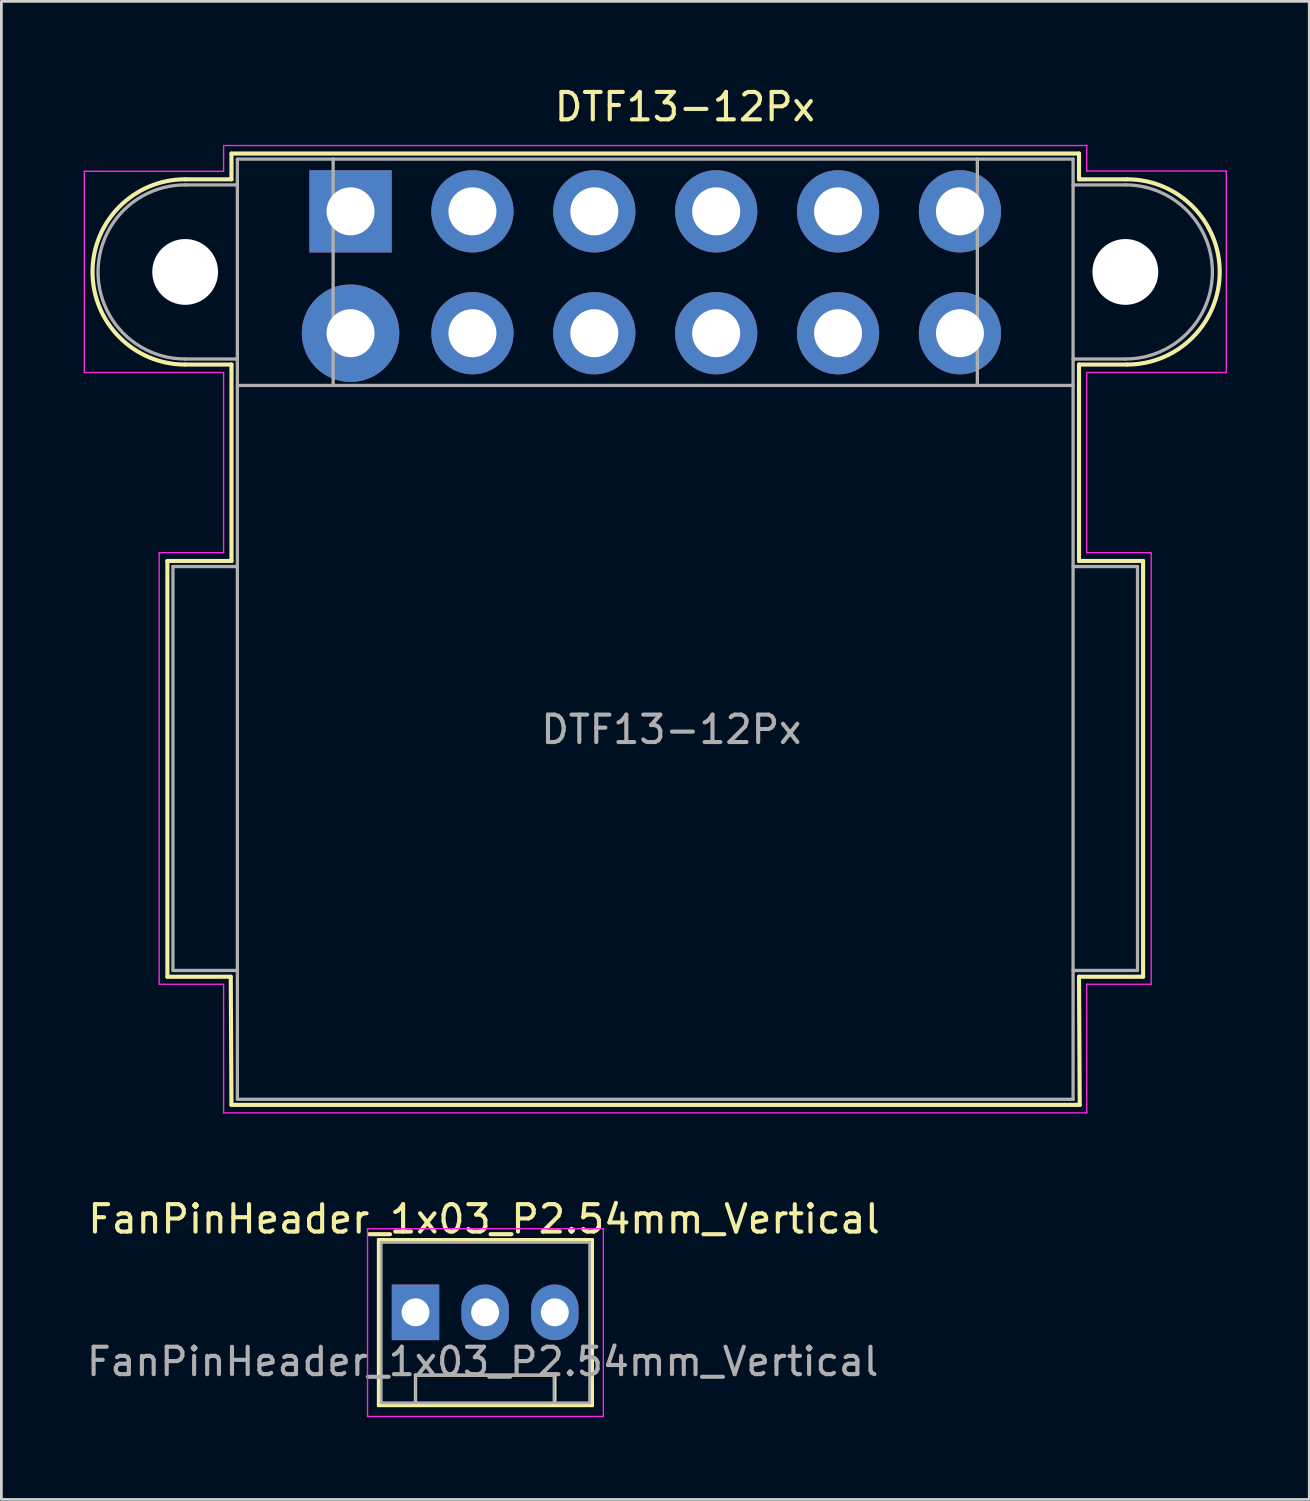
<source format=kicad_pcb>
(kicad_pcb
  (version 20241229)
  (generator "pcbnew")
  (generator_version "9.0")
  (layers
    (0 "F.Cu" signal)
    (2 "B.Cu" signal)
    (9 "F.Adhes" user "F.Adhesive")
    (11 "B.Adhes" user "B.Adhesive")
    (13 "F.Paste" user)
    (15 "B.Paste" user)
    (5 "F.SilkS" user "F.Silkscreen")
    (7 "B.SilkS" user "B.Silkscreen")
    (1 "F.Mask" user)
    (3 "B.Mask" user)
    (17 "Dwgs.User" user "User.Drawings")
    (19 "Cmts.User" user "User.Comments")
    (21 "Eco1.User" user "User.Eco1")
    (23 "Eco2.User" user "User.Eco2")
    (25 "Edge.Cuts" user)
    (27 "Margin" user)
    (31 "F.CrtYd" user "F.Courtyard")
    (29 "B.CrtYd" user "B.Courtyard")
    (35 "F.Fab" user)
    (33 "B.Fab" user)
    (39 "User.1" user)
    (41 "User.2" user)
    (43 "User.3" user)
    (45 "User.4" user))
  (footprint "DTF13-12Px"
    (layer "F.Cu")
    (at 9.735 4.658)
    (property "Reference" "DTF13-12Px" (at 12.192 -3.81 0) (layer "F.SilkS") (effects (font (size 1 1) (thickness 0.15))))
    (attr through_hole)
    (fp_line (start -6.68 12.751) (end -4.343 12.751) (stroke (width 0.15) (type solid)) (layer "F.SilkS"))
    (fp_line (start -6.68 27.915) (end -6.68 12.751) (stroke (width 0.15) (type solid)) (layer "F.SilkS"))
    (fp_line (start -6.02 -1.168) (end -4.343 -1.168) (stroke (width 0.15) (type solid)) (layer "F.SilkS"))
    (fp_line (start -4.369 27.915) (end -6.68 27.915) (stroke (width 0.15) (type solid)) (layer "F.SilkS"))
    (fp_line (start -4.343 -2.108) (end 26.568 -2.108) (stroke (width 0.15) (type solid)) (layer "F.SilkS"))
    (fp_line (start -4.343 -1.168) (end -4.343 -2.108) (stroke (width 0.15) (type solid)) (layer "F.SilkS"))
    (fp_line (start -4.343 5.588) (end -6.02 5.588) (stroke (width 0.15) (type solid)) (layer "F.SilkS"))
    (fp_line (start -4.343 12.751) (end -4.343 5.588) (stroke (width 0.15) (type solid)) (layer "F.SilkS"))
    (fp_line (start -4.343 32.588) (end -4.369 27.915) (stroke (width 0.15) (type solid)) (layer "F.SilkS"))
    (fp_line (start 26.568 -1.168) (end 26.568 -2.108) (stroke (width 0.15) (type solid)) (layer "F.SilkS"))
    (fp_line (start 26.568 5.588) (end 26.568 12.751) (stroke (width 0.15) (type solid)) (layer "F.SilkS"))
    (fp_line (start 26.568 12.751) (end 28.905 12.751) (stroke (width 0.15) (type solid)) (layer "F.SilkS"))
    (fp_line (start 26.568 27.915) (end 26.594 32.588) (stroke (width 0.15) (type solid)) (layer "F.SilkS"))
    (fp_line (start 26.594 32.588) (end -4.343 32.588) (stroke (width 0.15) (type solid)) (layer "F.SilkS"))
    (fp_line (start 28.296 -1.168) (end 26.568 -1.168) (stroke (width 0.15) (type solid)) (layer "F.SilkS"))
    (fp_line (start 28.296 5.588) (end 26.568 5.588) (stroke (width 0.15) (type solid)) (layer "F.SilkS"))
    (fp_line (start 28.905 27.915) (end 26.568 27.915) (stroke (width 0.15) (type solid)) (layer "F.SilkS"))
    (fp_line (start 28.905 27.915) (end 28.905 12.751) (stroke (width 0.15) (type solid)) (layer "F.SilkS"))
    (fp_arc (start -6.0325 5.588) (mid -9.4107 2.2098) (end -6.0325 -1.1684) (stroke (width 0.15) (type solid)) (layer "F.SilkS"))
    (fp_arc (start 28.321 -1.1684) (mid 31.6992 2.2098) (end 28.321 5.588) (stroke (width 0.15) (type solid)) (layer "F.SilkS"))
    (fp_line (start -9.71 -1.46) (end -4.63 -1.46) (stroke (width 0.05) (type solid)) (layer "F.CrtYd"))
    (fp_line (start -9.71 5.88) (end -9.71 -1.46) (stroke (width 0.05) (type solid)) (layer "F.CrtYd"))
    (fp_line (start -9.71 5.88) (end -4.63 5.88) (stroke (width 0.05) (type solid)) (layer "F.CrtYd"))
    (fp_line (start -6.98 12.45) (end -4.63 12.45) (stroke (width 0.05) (type solid)) (layer "F.CrtYd"))
    (fp_line (start -6.98 28.19) (end -6.98 12.45) (stroke (width 0.05) (type solid)) (layer "F.CrtYd"))
    (fp_line (start -6.98 28.19) (end -4.63 28.19) (stroke (width 0.05) (type solid)) (layer "F.CrtYd"))
    (fp_line (start -4.63 -2.4) (end 26.85 -2.4) (stroke (width 0.05) (type solid)) (layer "F.CrtYd"))
    (fp_line (start -4.63 -1.46) (end -4.63 -2.4) (stroke (width 0.05) (type solid)) (layer "F.CrtYd"))
    (fp_line (start -4.63 12.45) (end -4.63 5.88) (stroke (width 0.05) (type solid)) (layer "F.CrtYd"))
    (fp_line (start -4.63 32.88) (end -4.63 28.19) (stroke (width 0.05) (type solid)) (layer "F.CrtYd"))
    (fp_line (start -4.63 32.88) (end 26.85 32.88) (stroke (width 0.05) (type solid)) (layer "F.CrtYd"))
    (fp_line (start 26.85 -1.47) (end 26.85 -2.4) (stroke (width 0.05) (type solid)) (layer "F.CrtYd"))
    (fp_line (start 26.85 -1.47) (end 31.94 -1.47) (stroke (width 0.05) (type solid)) (layer "F.CrtYd"))
    (fp_line (start 26.85 5.88) (end 26.85 12.45) (stroke (width 0.05) (type solid)) (layer "F.CrtYd"))
    (fp_line (start 26.85 5.88) (end 31.94 5.88) (stroke (width 0.05) (type solid)) (layer "F.CrtYd"))
    (fp_line (start 26.85 12.45) (end 29.2 12.45) (stroke (width 0.05) (type solid)) (layer "F.CrtYd"))
    (fp_line (start 26.85 28.19) (end 26.85 32.88) (stroke (width 0.05) (type solid)) (layer "F.CrtYd"))
    (fp_line (start 26.85 28.19) (end 29.2 28.19) (stroke (width 0.05) (type solid)) (layer "F.CrtYd"))
    (fp_line (start 29.2 12.45) (end 29.2 28.19) (stroke (width 0.05) (type solid)) (layer "F.CrtYd"))
    (fp_line (start 31.94 -1.47) (end 31.94 5.88) (stroke (width 0.05) (type solid)) (layer "F.CrtYd"))
    (fp_line (start -6.477 12.954) (end -6.477 27.686) (stroke (width 0.12) (type solid)) (layer "F.Fab"))
    (fp_line (start -6.477 27.686) (end -4.128 27.686) (stroke (width 0.12) (type solid)) (layer "F.Fab"))
    (fp_line (start -6.032 -0.965) (end -4.128 -0.965) (stroke (width 0.12) (type solid)) (layer "F.Fab"))
    (fp_line (start -6.032 5.385) (end -4.128 5.385) (stroke (width 0.12) (type solid)) (layer "F.Fab"))
    (fp_line (start -4.128 -1.905) (end -4.128 32.385) (stroke (width 0.12) (type solid)) (layer "F.Fab"))
    (fp_line (start -4.128 12.954) (end -6.477 12.954) (stroke (width 0.12) (type solid)) (layer "F.Fab"))
    (fp_line (start -0.635 -1.905) (end -4.128 -1.905) (stroke (width 0.12) (type solid)) (layer "F.Fab"))
    (fp_line (start -0.635 -1.905) (end -0.635 6.35) (stroke (width 0.12) (type solid)) (layer "F.Fab"))
    (fp_line (start -0.635 -1.905) (end 22.86 -1.905) (stroke (width 0.12) (type solid)) (layer "F.Fab"))
    (fp_line (start -0.635 6.35) (end -4.128 6.35) (stroke (width 0.12) (type solid)) (layer "F.Fab"))
    (fp_line (start -0.635 6.35) (end 22.86 6.35) (stroke (width 0.12) (type solid)) (layer "F.Fab"))
    (fp_line (start 22.86 -1.905) (end 22.86 6.35) (stroke (width 0.12) (type solid)) (layer "F.Fab"))
    (fp_line (start 22.86 -1.905) (end 26.352 -1.905) (stroke (width 0.12) (type solid)) (layer "F.Fab"))
    (fp_line (start 22.86 6.35) (end 26.352 6.35) (stroke (width 0.12) (type solid)) (layer "F.Fab"))
    (fp_line (start 26.352 -1.905) (end 26.352 32.385) (stroke (width 0.12) (type solid)) (layer "F.Fab"))
    (fp_line (start 26.352 12.954) (end 28.702 12.954) (stroke (width 0.12) (type solid)) (layer "F.Fab"))
    (fp_line (start 26.352 32.385) (end -4.128 32.385) (stroke (width 0.12) (type solid)) (layer "F.Fab"))
    (fp_line (start 28.258 -0.965) (end 26.352 -0.965) (stroke (width 0.12) (type solid)) (layer "F.Fab"))
    (fp_line (start 28.258 5.385) (end 26.352 5.385) (stroke (width 0.12) (type solid)) (layer "F.Fab"))
    (fp_line (start 28.702 12.954) (end 28.702 27.686) (stroke (width 0.12) (type solid)) (layer "F.Fab"))
    (fp_line (start 28.702 27.686) (end 26.352 27.686) (stroke (width 0.12) (type solid)) (layer "F.Fab"))
    (fp_arc (start -6.0325 5.3848) (mid -9.207456 2.193176) (end -5.999252 -0.965026) (stroke (width 0.12) (type solid)) (layer "F.Fab"))
    (fp_arc (start 28.2575 -0.9652) (mid 31.4325 2.2098) (end 28.2575 5.3848) (stroke (width 0.12) (type solid)) (layer "F.Fab"))
    (fp_text user "${REFERENCE}" (at 11.7 18.9 0) (layer "F.Fab") (effects (font (size 1 1) (thickness 0.15))))
    (pad "" np_thru_hole circle (at -6.032 2.21) (size 2.4 2.4) (drill 2.4) (layers "*.Cu" "*.Mask"))
    (pad "" np_thru_hole circle (at 28.258 2.21) (size 2.4 2.4) (drill 2.4) (layers "*.Cu" "*.Mask"))
    (pad "1" thru_hole rect (at 0 0) (size 3 3) (drill 1.75) (layers "*.Cu" "*.Mask"))
    (pad "2" thru_hole circle (at 4.445 0) (size 3 3) (drill 1.75) (layers "*.Cu" "*.Mask"))
    (pad "3" thru_hole circle (at 8.89 0) (size 3 3) (drill 1.75) (layers "*.Cu" "*.Mask"))
    (pad "4" thru_hole circle (at 13.335 0) (size 3 3) (drill 1.75) (layers "*.Cu" "*.Mask"))
    (pad "5" thru_hole circle (at 17.78 0) (size 3 3) (drill 1.75) (layers "*.Cu" "*.Mask"))
    (pad "6" thru_hole circle (at 22.225 0) (size 3 3) (drill 1.75) (layers "*.Cu" "*.Mask"))
    (pad "7" thru_hole circle (at 22.225 4.445) (size 3 3) (drill 1.75) (layers "*.Cu" "*.Mask"))
    (pad "8" thru_hole circle (at 17.78 4.445) (size 3 3) (drill 1.75) (layers "*.Cu" "*.Mask"))
    (pad "9" thru_hole circle (at 13.335 4.445) (size 3 3) (drill 1.75) (layers "*.Cu" "*.Mask"))
    (pad "10" thru_hole circle (at 8.89 4.445) (size 3 3) (drill 1.75) (layers "*.Cu" "*.Mask"))
    (pad "11" thru_hole circle (at 4.445 4.445) (size 3 3) (drill 1.75) (layers "*.Cu" "*.Mask"))
    (pad "12" thru_hole circle (at 0 4.445) (size 3.556 3.556) (drill 1.75) (layers "*.Cu" "*.Mask")))
  (footprint "FanPinHeader_1x03_P2.54mm_Vertical"
    (layer "F.Cu")
    (at 12.104 44.812)
    (property "Reference" "FanPinHeader_1x03_P2.54mm_Vertical" (at 2.5 -3.4 0) (layer "F.SilkS") (effects (font (size 1 1) (thickness 0.15))))
    (attr through_hole)
    (fp_line (start -1.35 -2.65) (end 6.45 -2.65) (stroke (width 0.12) (type solid)) (layer "F.SilkS"))
    (fp_line (start -1.35 3.4) (end -1.35 -2.65) (stroke (width 0.12) (type solid)) (layer "F.SilkS"))
    (fp_line (start 0 2.29) (end 5.08 2.29) (stroke (width 0.12) (type solid)) (layer "F.SilkS"))
    (fp_line (start 0 3.3) (end 0 2.29) (stroke (width 0.12) (type solid)) (layer "F.SilkS"))
    (fp_line (start 5.08 2.29) (end 5.08 3.3) (stroke (width 0.12) (type solid)) (layer "F.SilkS"))
    (fp_line (start 6.45 -2.65) (end 6.45 3.4) (stroke (width 0.12) (type solid)) (layer "F.SilkS"))
    (fp_line (start 6.45 3.4) (end -1.35 3.4) (stroke (width 0.12) (type solid)) (layer "F.SilkS"))
    (fp_line (start -1.75 3.8) (end -1.75 -3.05) (stroke (width 0.05) (type solid)) (layer "F.CrtYd"))
    (fp_line (start -1.75 3.8) (end 6.85 3.8) (stroke (width 0.05) (type solid)) (layer "F.CrtYd"))
    (fp_line (start 6.85 -3.05) (end -1.75 -3.05) (stroke (width 0.05) (type solid)) (layer "F.CrtYd"))
    (fp_line (start 6.85 -3.05) (end 6.85 3.8) (stroke (width 0.05) (type solid)) (layer "F.CrtYd"))
    (fp_line (start -1.25 -2.55) (end 6.35 -2.55) (stroke (width 0.1) (type solid)) (layer "F.Fab"))
    (fp_line (start -1.25 3.3) (end -1.25 -2.55) (stroke (width 0.1) (type solid)) (layer "F.Fab"))
    (fp_line (start 0 2.3) (end 0 3.3) (stroke (width 0.1) (type solid)) (layer "F.Fab"))
    (fp_line (start 5.05 2.3) (end 0 2.3) (stroke (width 0.1) (type solid)) (layer "F.Fab"))
    (fp_line (start 5.05 3.3) (end 5.05 2.3) (stroke (width 0.1) (type solid)) (layer "F.Fab"))
    (fp_line (start 6.35 -2.55) (end 6.35 3.3) (stroke (width 0.1) (type solid)) (layer "F.Fab"))
    (fp_line (start 6.35 3.3) (end -1.25 3.3) (stroke (width 0.1) (type solid)) (layer "F.Fab"))
    (fp_text user "${REFERENCE}" (at 2.45 1.8 0) (layer "F.Fab") (effects (font (size 1 1) (thickness 0.15))))
    (pad "1" thru_hole rect (at 0 0 90) (size 2.03 1.73) (drill 1.02) (layers "*.Cu" "*.Mask"))
    (pad "2" thru_hole oval (at 2.54 0 90) (size 2.03 1.73) (drill 1.02) (layers "*.Cu" "*.Mask"))
    (pad "3" thru_hole oval (at 5.08 0 90) (size 2.03 1.73) (drill 1.02) (layers "*.Cu" "*.Mask")))
  (gr_rect
    (start -3 -3)
    (end 44.7 51.636)
    (stroke (width 0.1) (type default))
    (fill no)
    (layer "Edge.Cuts")))
</source>
